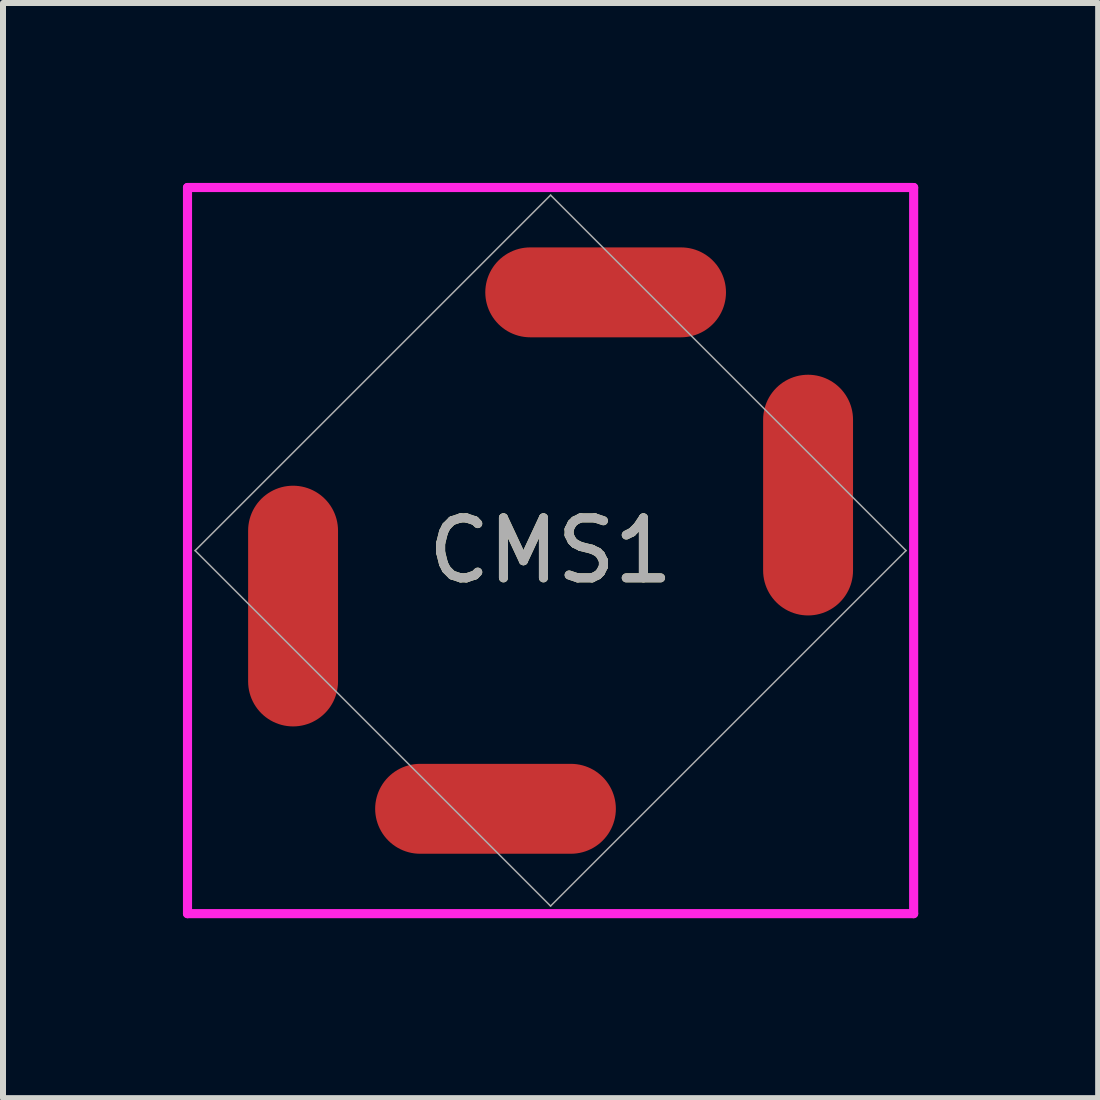
<source format=kicad_pcb>
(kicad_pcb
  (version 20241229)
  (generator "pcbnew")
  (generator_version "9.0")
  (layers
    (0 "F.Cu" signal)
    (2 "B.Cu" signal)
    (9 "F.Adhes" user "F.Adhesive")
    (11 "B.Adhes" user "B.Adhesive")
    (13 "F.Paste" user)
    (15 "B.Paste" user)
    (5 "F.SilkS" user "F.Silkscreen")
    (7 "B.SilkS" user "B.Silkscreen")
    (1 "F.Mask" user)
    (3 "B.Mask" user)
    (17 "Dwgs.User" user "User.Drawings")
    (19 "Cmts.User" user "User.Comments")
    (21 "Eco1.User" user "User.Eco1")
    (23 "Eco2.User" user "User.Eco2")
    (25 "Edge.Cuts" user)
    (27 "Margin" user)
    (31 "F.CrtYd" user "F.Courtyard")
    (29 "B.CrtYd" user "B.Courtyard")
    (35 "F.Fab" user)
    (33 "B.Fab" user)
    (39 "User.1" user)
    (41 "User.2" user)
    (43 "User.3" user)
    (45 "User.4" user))
  (footprint "CMS1"
    (layer "F.Cu")
    (at 6.129 6.129)
    (property "Reference" "CMS1" (at 0 0 0) (unlocked yes) (layer "F.SilkS") (effects (font (size 1 1) (thickness 0.15))))
    (attr smd)
    (fp_line (start -6.053 -6.053) (end 6.053 -6.053) (stroke (width 0.152) (type solid)) (layer "F.CrtYd"))
    (fp_line (start -6.053 6.053) (end -6.053 -6.053) (stroke (width 0.152) (type solid)) (layer "F.CrtYd"))
    (fp_line (start 6.053 -6.053) (end 6.053 6.053) (stroke (width 0.152) (type solid)) (layer "F.CrtYd"))
    (fp_line (start 6.053 6.053) (end -6.053 6.053) (stroke (width 0.152) (type solid)) (layer "F.CrtYd"))
    (fp_line (start -5.926 0) (end 0 -5.926) (stroke (width 0.025) (type solid)) (layer "F.Fab"))
    (fp_line (start 0 -5.926) (end 5.926 0) (stroke (width 0.025) (type solid)) (layer "F.Fab"))
    (fp_line (start 0 5.926) (end -5.926 0) (stroke (width 0.025) (type solid)) (layer "F.Fab"))
    (fp_line (start 5.926 0) (end 0 5.926) (stroke (width 0.025) (type solid)) (layer "F.Fab"))
    (fp_text user "${REFERENCE}" (at 0 0 0) (unlocked yes) (layer "F.Fab") (effects (font (size 1 1) (thickness 0.15))))
    (pad "1" smd oval (at -4.293 0.925) (size 1.499 4.013) (layers "F.Cu" "F.Mask" "F.Paste"))
    (pad "2" smd oval (at -0.918 4.305 90) (size 1.499 4.013) (layers "F.Cu" "F.Mask" "F.Paste"))
    (pad "3" smd oval (at 4.293 -0.925) (size 1.499 4.013) (layers "F.Cu" "F.Mask" "F.Paste"))
    (pad "4" smd oval (at 0.918 -4.305 90) (size 1.499 4.013) (layers "F.Cu" "F.Mask" "F.Paste")))
  (gr_rect
    (start -3 -3)
    (end 15.258 15.258)
    (stroke (width 0.1) (type default))
    (fill no)
    (layer "Edge.Cuts")))
</source>
